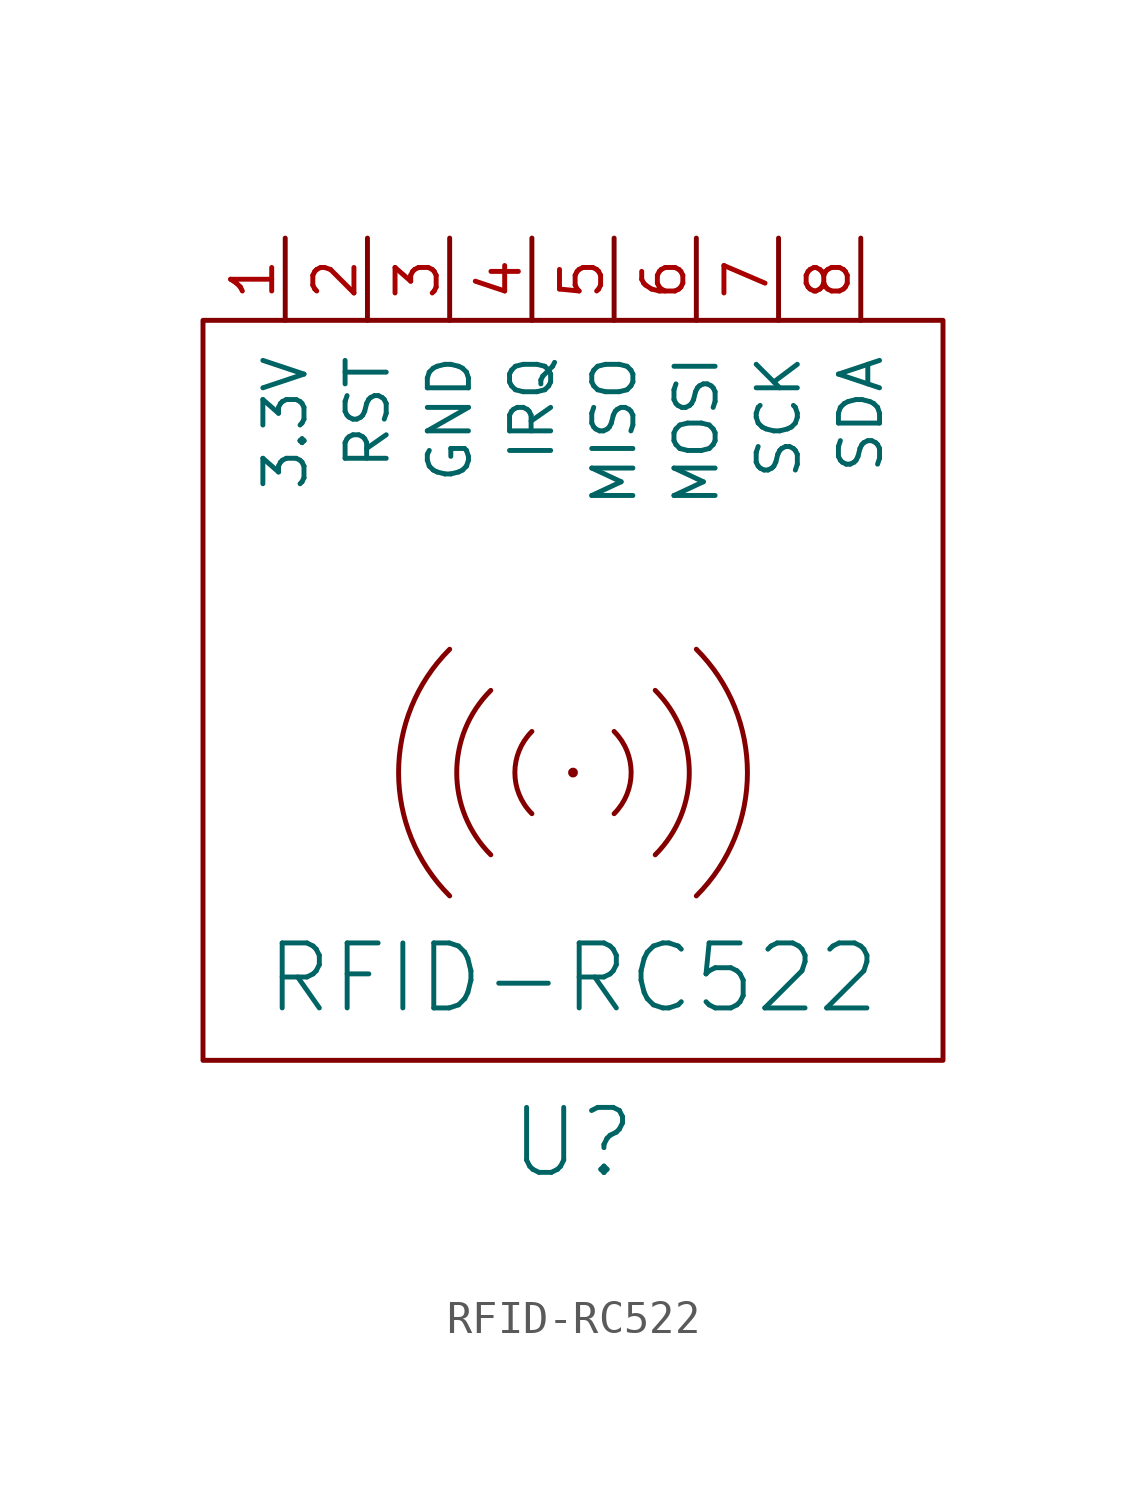
<source format=kicad_sym>
(kicad_symbol_lib
  (version 20220914)
  (generator kicad_symbol_editor)
  (symbol "RFID-RC522"
    (pin_names
      (offset 1.016))
    (property "Reference" "U"
      (at 0 -11.43 0)
      (effects (font (size 2.007 2.007))))
    (property "Value" "RFID-RC522"
      (at 0 -6.35 0)
      (effects (font (size 2.007 2.007))))
    (symbol "RFID-RC522_0_1"
      (rectangle (start -11.43 13.97) (end 11.43 -8.89) (stroke (width 0) (type solid)) (fill (type none)))
      (arc (start -3.81 3.81) (mid -5.3882 0) (end -3.81 -3.81) (stroke (width 0) (type solid)) (fill (type none)))
      (arc (start -2.54 2.54) (mid -3.5921 0) (end -2.54 -2.54) (stroke (width 0) (type solid)) (fill (type none)))
      (arc (start -1.27 1.27) (mid -1.7961 0) (end -1.27 -1.27) (stroke (width 0) (type solid)) (fill (type none)))
      (circle (center 0 0) (radius 0.0001) (stroke (width 0) (type solid)) (fill (type none)))
      (arc (start 1.27 -1.27) (mid 1.7961 0) (end 1.27 1.27) (stroke (width 0) (type solid)) (fill (type none)))
      (arc (start 2.54 -2.54) (mid 3.5921 0) (end 2.54 2.54) (stroke (width 0) (type solid)) (fill (type none)))
      (arc (start 3.81 -3.81) (mid 5.3882 0) (end 3.81 3.81) (stroke (width 0) (type solid)) (fill (type none))))
    (symbol "RFID-RC522_1_1"
      (pin power_in line (at -8.89 16.51 270) (length 2.54) (name "3.3V" (effects (font (size 1.27 1.27)))) (number "1" (effects (font (size 1.27 1.27)))))
      (pin input line (at -6.35 16.51 270) (length 2.54) (name "RST" (effects (font (size 1.27 1.27)))) (number "2" (effects (font (size 1.27 1.27)))))
      (pin power_in line (at -3.81 16.51 270) (length 2.54) (name "GND" (effects (font (size 1.27 1.27)))) (number "3" (effects (font (size 1.27 1.27)))))
      (pin output line (at -1.27 16.51 270) (length 2.54) (name "IRQ" (effects (font (size 1.27 1.27)))) (number "4" (effects (font (size 1.27 1.27)))))
      (pin bidirectional line (at 1.27 16.51 270) (length 2.54) (name "MISO" (effects (font (size 1.27 1.27)))) (number "5" (effects (font (size 1.27 1.27)))))
      (pin bidirectional line (at 3.81 16.51 270) (length 2.54) (name "MOSI" (effects (font (size 1.27 1.27)))) (number "6" (effects (font (size 1.27 1.27)))))
      (pin input line (at 6.35 16.51 270) (length 2.54) (name "SCK" (effects (font (size 1.27 1.27)))) (number "7" (effects (font (size 1.27 1.27)))))
      (pin input line (at 8.89 16.51 270) (length 2.54) (name "SDA" (effects (font (size 1.27 1.27)))) (number "8" (effects (font (size 1.27 1.27))))))))
</source>
